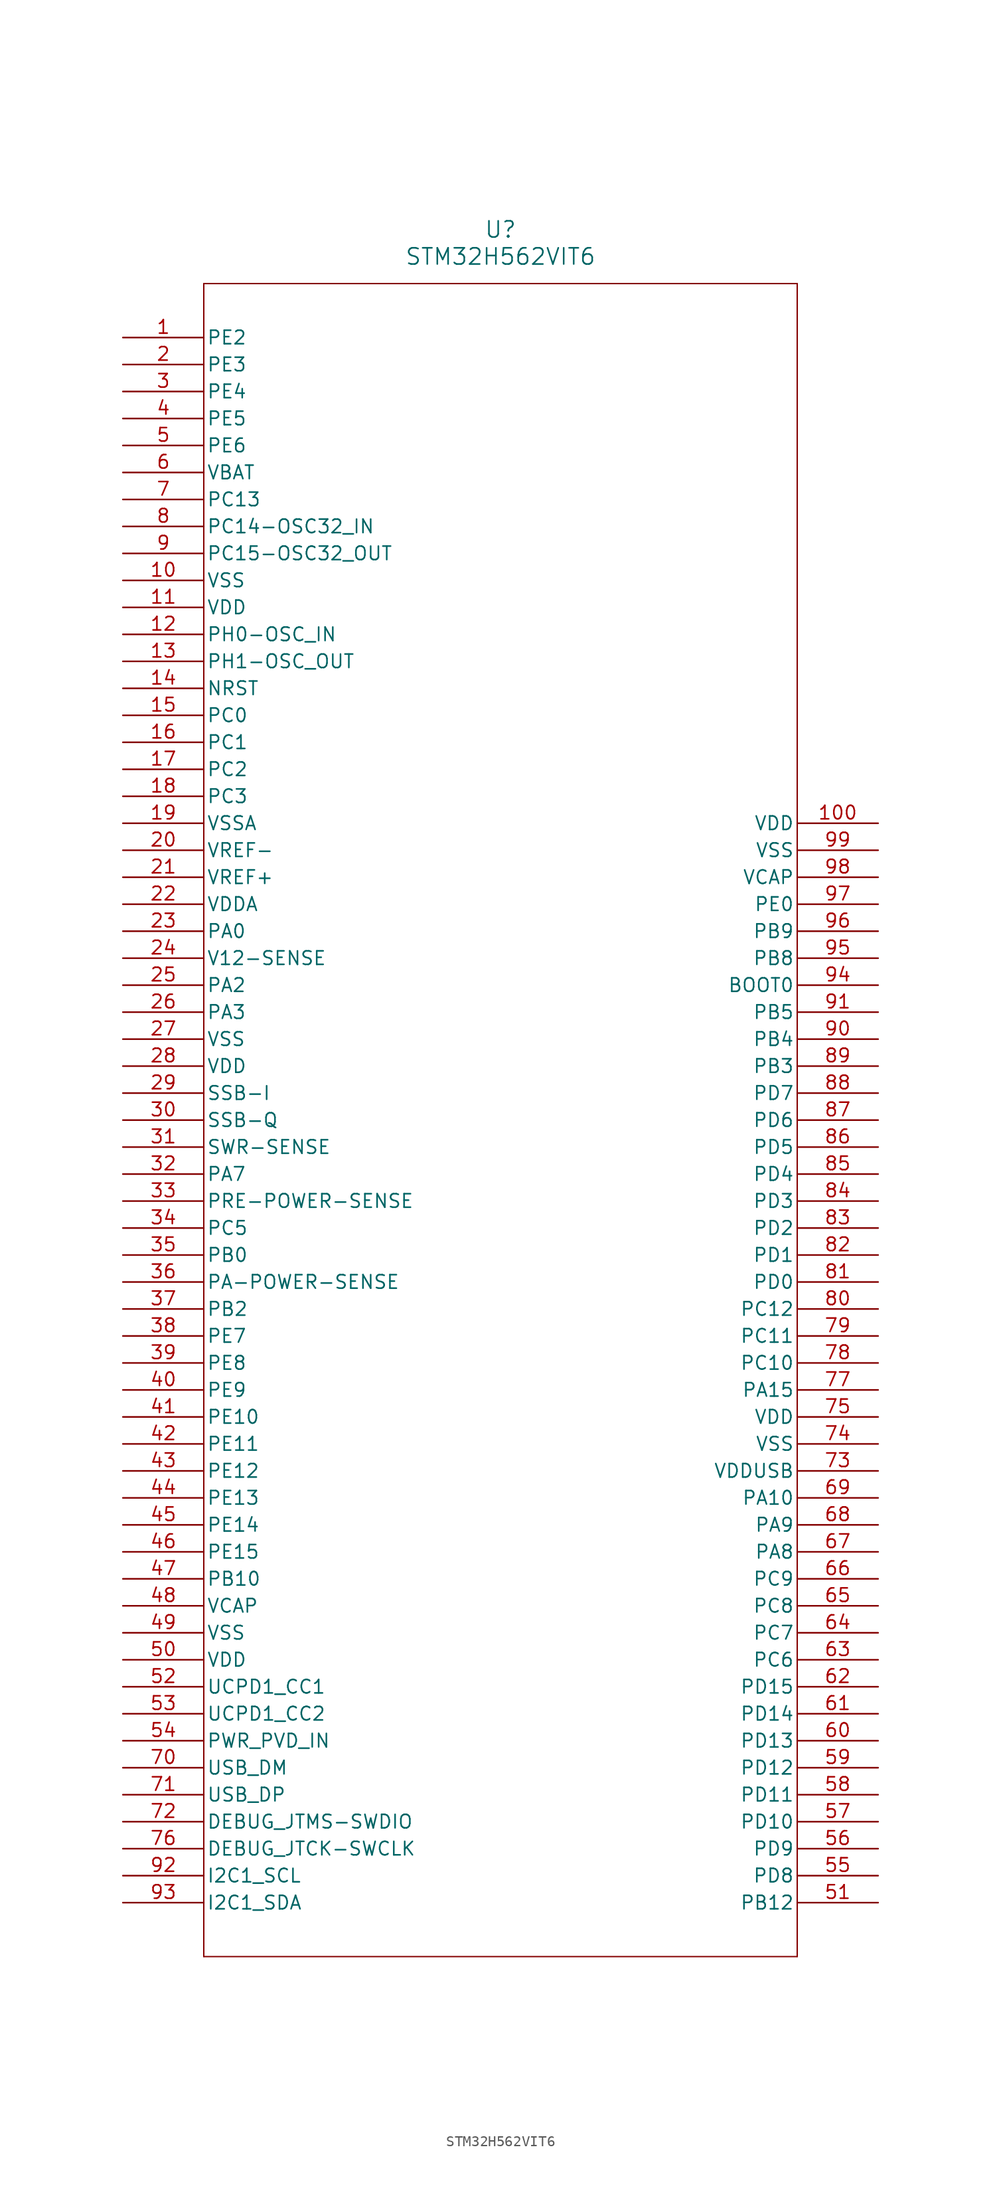
<source format=kicad_sym>
(kicad_symbol_lib
  (version 20211014)
  (generator kicad_symbol_editor)
  (symbol "STM32H562VIT6"
    (pin_names
      (offset 0.254))
    (property "Reference" "U"
      (at 35.56 10.16 0)
      (effects (font (size 1.524 1.524))))
    (property "Value" "STM32H562VIT6"
      (at 35.56 7.62 0)
      (effects (font (size 1.524 1.524))))
    (symbol "STM32H562VIT6_0_1"
      (polyline (pts (xy 7.62 5.08) (xy 7.62 -152.4)) (stroke (width 0.127) (type default) (color 0 0 0 0)) (fill (type none)))
      (polyline (pts (xy 7.62 -152.4) (xy 63.5 -152.4)) (stroke (width 0.127) (type default) (color 0 0 0 0)) (fill (type none)))
      (polyline (pts (xy 63.5 -152.4) (xy 63.5 5.08)) (stroke (width 0.127) (type default) (color 0 0 0 0)) (fill (type none)))
      (polyline (pts (xy 63.5 5.08) (xy 7.62 5.08)) (stroke (width 0.127) (type default) (color 0 0 0 0)) (fill (type none)))
      (pin bidirectional line (at 0 0 0) (length 7.62) (name "PE2" (effects (font (size 1.27 1.27)))) (number "1" (effects (font (size 1.27 1.27)))))
      (pin bidirectional line (at 0 -2.54 0) (length 7.62) (name "PE3" (effects (font (size 1.27 1.27)))) (number "2" (effects (font (size 1.27 1.27)))))
      (pin bidirectional line (at 0 -5.08 0) (length 7.62) (name "PE4" (effects (font (size 1.27 1.27)))) (number "3" (effects (font (size 1.27 1.27)))))
      (pin bidirectional line (at 0 -7.62 0) (length 7.62) (name "PE5" (effects (font (size 1.27 1.27)))) (number "4" (effects (font (size 1.27 1.27)))))
      (pin bidirectional line (at 0 -10.16 0) (length 7.62) (name "PE6" (effects (font (size 1.27 1.27)))) (number "5" (effects (font (size 1.27 1.27)))))
      (pin power_in line (at 0 -12.7 0) (length 7.62) (name "VBAT" (effects (font (size 1.27 1.27)))) (number "6" (effects (font (size 1.27 1.27)))))
      (pin bidirectional line (at 0 -15.24 0) (length 7.62) (name "PC13" (effects (font (size 1.27 1.27)))) (number "7" (effects (font (size 1.27 1.27)))))
      (pin bidirectional line (at 0 -17.78 0) (length 7.62) (name "PC14-OSC32_IN" (effects (font (size 1.27 1.27)))) (number "8" (effects (font (size 1.27 1.27)))))
      (pin bidirectional line (at 0 -20.32 0) (length 7.62) (name "PC15-OSC32_OUT" (effects (font (size 1.27 1.27)))) (number "9" (effects (font (size 1.27 1.27)))))
      (pin power_out line (at 0 -22.86 0) (length 7.62) (name "VSS" (effects (font (size 1.27 1.27)))) (number "10" (effects (font (size 1.27 1.27)))))
      (pin power_in line (at 0 -25.4 0) (length 7.62) (name "VDD" (effects (font (size 1.27 1.27)))) (number "11" (effects (font (size 1.27 1.27)))))
      (pin bidirectional line (at 0 -27.94 0) (length 7.62) (name "PH0-OSC_IN" (effects (font (size 1.27 1.27)))) (number "12" (effects (font (size 1.27 1.27)))))
      (pin bidirectional line (at 0 -30.48 0) (length 7.62) (name "PH1-OSC_OUT" (effects (font (size 1.27 1.27)))) (number "13" (effects (font (size 1.27 1.27)))))
      (pin bidirectional line (at 0 -33.02 0) (length 7.62) (name "NRST" (effects (font (size 1.27 1.27)))) (number "14" (effects (font (size 1.27 1.27)))))
      (pin bidirectional line (at 0 -35.56 0) (length 7.62) (name "PC0" (effects (font (size 1.27 1.27)))) (number "15" (effects (font (size 1.27 1.27)))))
      (pin bidirectional line (at 0 -38.1 0) (length 7.62) (name "PC1" (effects (font (size 1.27 1.27)))) (number "16" (effects (font (size 1.27 1.27)))))
      (pin bidirectional line (at 0 -40.64 0) (length 7.62) (name "PC2" (effects (font (size 1.27 1.27)))) (number "17" (effects (font (size 1.27 1.27)))))
      (pin bidirectional line (at 0 -43.18 0) (length 7.62) (name "PC3" (effects (font (size 1.27 1.27)))) (number "18" (effects (font (size 1.27 1.27)))))
      (pin power_out line (at 0 -45.72 0) (length 7.62) (name "VSSA" (effects (font (size 1.27 1.27)))) (number "19" (effects (font (size 1.27 1.27)))))
      (pin power_in line (at 0 -48.26 0) (length 7.62) (name "VREF-" (effects (font (size 1.27 1.27)))) (number "20" (effects (font (size 1.27 1.27)))))
      (pin power_in line (at 0 -50.8 0) (length 7.62) (name "VREF+" (effects (font (size 1.27 1.27)))) (number "21" (effects (font (size 1.27 1.27)))))
      (pin power_in line (at 0 -53.34 0) (length 7.62) (name "VDDA" (effects (font (size 1.27 1.27)))) (number "22" (effects (font (size 1.27 1.27)))))
      (pin bidirectional line (at 0 -55.88 0) (length 7.62) (name "PA0" (effects (font (size 1.27 1.27)))) (number "23" (effects (font (size 1.27 1.27)))))
      (pin unspecified line (at 0 -58.42 0) (length 7.62) (name "V12-SENSE" (effects (font (size 1.27 1.27)))) (number "24" (effects (font (size 1.27 1.27)))))
      (pin bidirectional line (at 0 -60.96 0) (length 7.62) (name "PA2" (effects (font (size 1.27 1.27)))) (number "25" (effects (font (size 1.27 1.27)))))
      (pin bidirectional line (at 0 -63.5 0) (length 7.62) (name "PA3" (effects (font (size 1.27 1.27)))) (number "26" (effects (font (size 1.27 1.27)))))
      (pin power_out line (at 0 -66.04 0) (length 7.62) (name "VSS" (effects (font (size 1.27 1.27)))) (number "27" (effects (font (size 1.27 1.27)))))
      (pin power_in line (at 0 -68.58 0) (length 7.62) (name "VDD" (effects (font (size 1.27 1.27)))) (number "28" (effects (font (size 1.27 1.27)))))
      (pin unspecified line (at 0 -71.12 0) (length 7.62) (name "SSB-I" (effects (font (size 1.27 1.27)))) (number "29" (effects (font (size 1.27 1.27)))))
      (pin unspecified line (at 0 -73.66 0) (length 7.62) (name "SSB-Q" (effects (font (size 1.27 1.27)))) (number "30" (effects (font (size 1.27 1.27)))))
      (pin unspecified line (at 0 -76.2 0) (length 7.62) (name "SWR-SENSE" (effects (font (size 1.27 1.27)))) (number "31" (effects (font (size 1.27 1.27)))))
      (pin bidirectional line (at 0 -78.74 0) (length 7.62) (name "PA7" (effects (font (size 1.27 1.27)))) (number "32" (effects (font (size 1.27 1.27)))))
      (pin unspecified line (at 0 -81.28 0) (length 7.62) (name "PRE-POWER-SENSE" (effects (font (size 1.27 1.27)))) (number "33" (effects (font (size 1.27 1.27)))))
      (pin bidirectional line (at 0 -83.82 0) (length 7.62) (name "PC5" (effects (font (size 1.27 1.27)))) (number "34" (effects (font (size 1.27 1.27)))))
      (pin bidirectional line (at 0 -86.36 0) (length 7.62) (name "PB0" (effects (font (size 1.27 1.27)))) (number "35" (effects (font (size 1.27 1.27)))))
      (pin unspecified line (at 0 -88.9 0) (length 7.62) (name "PA-POWER-SENSE" (effects (font (size 1.27 1.27)))) (number "36" (effects (font (size 1.27 1.27)))))
      (pin bidirectional line (at 0 -91.44 0) (length 7.62) (name "PB2" (effects (font (size 1.27 1.27)))) (number "37" (effects (font (size 1.27 1.27)))))
      (pin bidirectional line (at 0 -93.98 0) (length 7.62) (name "PE7" (effects (font (size 1.27 1.27)))) (number "38" (effects (font (size 1.27 1.27)))))
      (pin bidirectional line (at 0 -96.52 0) (length 7.62) (name "PE8" (effects (font (size 1.27 1.27)))) (number "39" (effects (font (size 1.27 1.27)))))
      (pin bidirectional line (at 0 -99.06 0) (length 7.62) (name "PE9" (effects (font (size 1.27 1.27)))) (number "40" (effects (font (size 1.27 1.27)))))
      (pin bidirectional line (at 0 -101.6 0) (length 7.62) (name "PE10" (effects (font (size 1.27 1.27)))) (number "41" (effects (font (size 1.27 1.27)))))
      (pin bidirectional line (at 0 -104.14 0) (length 7.62) (name "PE11" (effects (font (size 1.27 1.27)))) (number "42" (effects (font (size 1.27 1.27)))))
      (pin bidirectional line (at 0 -106.68 0) (length 7.62) (name "PE12" (effects (font (size 1.27 1.27)))) (number "43" (effects (font (size 1.27 1.27)))))
      (pin bidirectional line (at 0 -109.22 0) (length 7.62) (name "PE13" (effects (font (size 1.27 1.27)))) (number "44" (effects (font (size 1.27 1.27)))))
      (pin bidirectional line (at 0 -111.76 0) (length 7.62) (name "PE14" (effects (font (size 1.27 1.27)))) (number "45" (effects (font (size 1.27 1.27)))))
      (pin bidirectional line (at 0 -114.3 0) (length 7.62) (name "PE15" (effects (font (size 1.27 1.27)))) (number "46" (effects (font (size 1.27 1.27)))))
      (pin bidirectional line (at 0 -116.84 0) (length 7.62) (name "PB10" (effects (font (size 1.27 1.27)))) (number "47" (effects (font (size 1.27 1.27)))))
      (pin power_in line (at 0 -119.38 0) (length 7.62) (name "VCAP" (effects (font (size 1.27 1.27)))) (number "48" (effects (font (size 1.27 1.27)))))
      (pin power_out line (at 0 -121.92 0) (length 7.62) (name "VSS" (effects (font (size 1.27 1.27)))) (number "49" (effects (font (size 1.27 1.27)))))
      (pin power_in line (at 0 -124.46 0) (length 7.62) (name "VDD" (effects (font (size 1.27 1.27)))) (number "50" (effects (font (size 1.27 1.27)))))
      (pin bidirectional line (at 71.12 -147.32 180) (length 7.62) (name "PB12" (effects (font (size 1.27 1.27)))) (number "51" (effects (font (size 1.27 1.27)))))
      (pin unspecified line (at 0 -127 0) (length 7.62) (name "UCPD1_CC1" (effects (font (size 1.27 1.27)))) (number "52" (effects (font (size 1.27 1.27)))))
      (pin unspecified line (at 0 -129.54 0) (length 7.62) (name "UCPD1_CC2" (effects (font (size 1.27 1.27)))) (number "53" (effects (font (size 1.27 1.27)))))
      (pin unspecified line (at 0 -132.08 0) (length 7.62) (name "PWR_PVD_IN" (effects (font (size 1.27 1.27)))) (number "54" (effects (font (size 1.27 1.27)))))
      (pin bidirectional line (at 71.12 -144.78 180) (length 7.62) (name "PD8" (effects (font (size 1.27 1.27)))) (number "55" (effects (font (size 1.27 1.27)))))
      (pin bidirectional line (at 71.12 -142.24 180) (length 7.62) (name "PD9" (effects (font (size 1.27 1.27)))) (number "56" (effects (font (size 1.27 1.27)))))
      (pin bidirectional line (at 71.12 -139.7 180) (length 7.62) (name "PD10" (effects (font (size 1.27 1.27)))) (number "57" (effects (font (size 1.27 1.27)))))
      (pin bidirectional line (at 71.12 -137.16 180) (length 7.62) (name "PD11" (effects (font (size 1.27 1.27)))) (number "58" (effects (font (size 1.27 1.27)))))
      (pin bidirectional line (at 71.12 -134.62 180) (length 7.62) (name "PD12" (effects (font (size 1.27 1.27)))) (number "59" (effects (font (size 1.27 1.27)))))
      (pin bidirectional line (at 71.12 -132.08 180) (length 7.62) (name "PD13" (effects (font (size 1.27 1.27)))) (number "60" (effects (font (size 1.27 1.27)))))
      (pin bidirectional line (at 71.12 -129.54 180) (length 7.62) (name "PD14" (effects (font (size 1.27 1.27)))) (number "61" (effects (font (size 1.27 1.27)))))
      (pin bidirectional line (at 71.12 -127 180) (length 7.62) (name "PD15" (effects (font (size 1.27 1.27)))) (number "62" (effects (font (size 1.27 1.27)))))
      (pin bidirectional line (at 71.12 -124.46 180) (length 7.62) (name "PC6" (effects (font (size 1.27 1.27)))) (number "63" (effects (font (size 1.27 1.27)))))
      (pin bidirectional line (at 71.12 -121.92 180) (length 7.62) (name "PC7" (effects (font (size 1.27 1.27)))) (number "64" (effects (font (size 1.27 1.27)))))
      (pin bidirectional line (at 71.12 -119.38 180) (length 7.62) (name "PC8" (effects (font (size 1.27 1.27)))) (number "65" (effects (font (size 1.27 1.27)))))
      (pin bidirectional line (at 71.12 -116.84 180) (length 7.62) (name "PC9" (effects (font (size 1.27 1.27)))) (number "66" (effects (font (size 1.27 1.27)))))
      (pin bidirectional line (at 71.12 -114.3 180) (length 7.62) (name "PA8" (effects (font (size 1.27 1.27)))) (number "67" (effects (font (size 1.27 1.27)))))
      (pin bidirectional line (at 71.12 -111.76 180) (length 7.62) (name "PA9" (effects (font (size 1.27 1.27)))) (number "68" (effects (font (size 1.27 1.27)))))
      (pin bidirectional line (at 71.12 -109.22 180) (length 7.62) (name "PA10" (effects (font (size 1.27 1.27)))) (number "69" (effects (font (size 1.27 1.27)))))
      (pin unspecified line (at 0 -134.62 0) (length 7.62) (name "USB_DM" (effects (font (size 1.27 1.27)))) (number "70" (effects (font (size 1.27 1.27)))))
      (pin unspecified line (at 0 -137.16 0) (length 7.62) (name "USB_DP" (effects (font (size 1.27 1.27)))) (number "71" (effects (font (size 1.27 1.27)))))
      (pin unspecified line (at 0 -139.7 0) (length 7.62) (name "DEBUG_JTMS-SWDIO" (effects (font (size 1.27 1.27)))) (number "72" (effects (font (size 1.27 1.27)))))
      (pin power_in line (at 71.12 -106.68 180) (length 7.62) (name "VDDUSB" (effects (font (size 1.27 1.27)))) (number "73" (effects (font (size 1.27 1.27)))))
      (pin power_out line (at 71.12 -104.14 180) (length 7.62) (name "VSS" (effects (font (size 1.27 1.27)))) (number "74" (effects (font (size 1.27 1.27)))))
      (pin power_in line (at 71.12 -101.6 180) (length 7.62) (name "VDD" (effects (font (size 1.27 1.27)))) (number "75" (effects (font (size 1.27 1.27)))))
      (pin unspecified line (at 0 -142.24 0) (length 7.62) (name "DEBUG_JTCK-SWCLK" (effects (font (size 1.27 1.27)))) (number "76" (effects (font (size 1.27 1.27)))))
      (pin bidirectional line (at 71.12 -99.06 180) (length 7.62) (name "PA15" (effects (font (size 1.27 1.27)))) (number "77" (effects (font (size 1.27 1.27)))))
      (pin bidirectional line (at 71.12 -96.52 180) (length 7.62) (name "PC10" (effects (font (size 1.27 1.27)))) (number "78" (effects (font (size 1.27 1.27)))))
      (pin bidirectional line (at 71.12 -93.98 180) (length 7.62) (name "PC11" (effects (font (size 1.27 1.27)))) (number "79" (effects (font (size 1.27 1.27)))))
      (pin bidirectional line (at 71.12 -91.44 180) (length 7.62) (name "PC12" (effects (font (size 1.27 1.27)))) (number "80" (effects (font (size 1.27 1.27)))))
      (pin bidirectional line (at 71.12 -88.9 180) (length 7.62) (name "PD0" (effects (font (size 1.27 1.27)))) (number "81" (effects (font (size 1.27 1.27)))))
      (pin bidirectional line (at 71.12 -86.36 180) (length 7.62) (name "PD1" (effects (font (size 1.27 1.27)))) (number "82" (effects (font (size 1.27 1.27)))))
      (pin bidirectional line (at 71.12 -83.82 180) (length 7.62) (name "PD2" (effects (font (size 1.27 1.27)))) (number "83" (effects (font (size 1.27 1.27)))))
      (pin bidirectional line (at 71.12 -81.28 180) (length 7.62) (name "PD3" (effects (font (size 1.27 1.27)))) (number "84" (effects (font (size 1.27 1.27)))))
      (pin bidirectional line (at 71.12 -78.74 180) (length 7.62) (name "PD4" (effects (font (size 1.27 1.27)))) (number "85" (effects (font (size 1.27 1.27)))))
      (pin bidirectional line (at 71.12 -76.2 180) (length 7.62) (name "PD5" (effects (font (size 1.27 1.27)))) (number "86" (effects (font (size 1.27 1.27)))))
      (pin bidirectional line (at 71.12 -73.66 180) (length 7.62) (name "PD6" (effects (font (size 1.27 1.27)))) (number "87" (effects (font (size 1.27 1.27)))))
      (pin bidirectional line (at 71.12 -71.12 180) (length 7.62) (name "PD7" (effects (font (size 1.27 1.27)))) (number "88" (effects (font (size 1.27 1.27)))))
      (pin bidirectional line (at 71.12 -68.58 180) (length 7.62) (name "PB3" (effects (font (size 1.27 1.27)))) (number "89" (effects (font (size 1.27 1.27)))))
      (pin bidirectional line (at 71.12 -66.04 180) (length 7.62) (name "PB4" (effects (font (size 1.27 1.27)))) (number "90" (effects (font (size 1.27 1.27)))))
      (pin bidirectional line (at 71.12 -63.5 180) (length 7.62) (name "PB5" (effects (font (size 1.27 1.27)))) (number "91" (effects (font (size 1.27 1.27)))))
      (pin unspecified line (at 0 -144.78 0) (length 7.62) (name "I2C1_SCL" (effects (font (size 1.27 1.27)))) (number "92" (effects (font (size 1.27 1.27)))))
      (pin unspecified line (at 0 -147.32 0) (length 7.62) (name "I2C1_SDA" (effects (font (size 1.27 1.27)))) (number "93" (effects (font (size 1.27 1.27)))))
      (pin input line (at 71.12 -60.96 180) (length 7.62) (name "BOOT0" (effects (font (size 1.27 1.27)))) (number "94" (effects (font (size 1.27 1.27)))))
      (pin bidirectional line (at 71.12 -58.42 180) (length 7.62) (name "PB8" (effects (font (size 1.27 1.27)))) (number "95" (effects (font (size 1.27 1.27)))))
      (pin bidirectional line (at 71.12 -55.88 180) (length 7.62) (name "PB9" (effects (font (size 1.27 1.27)))) (number "96" (effects (font (size 1.27 1.27)))))
      (pin bidirectional line (at 71.12 -53.34 180) (length 7.62) (name "PE0" (effects (font (size 1.27 1.27)))) (number "97" (effects (font (size 1.27 1.27)))))
      (pin power_in line (at 71.12 -50.8 180) (length 7.62) (name "VCAP" (effects (font (size 1.27 1.27)))) (number "98" (effects (font (size 1.27 1.27)))))
      (pin power_out line (at 71.12 -48.26 180) (length 7.62) (name "VSS" (effects (font (size 1.27 1.27)))) (number "99" (effects (font (size 1.27 1.27)))))
      (pin power_in line (at 71.12 -45.72 180) (length 7.62) (name "VDD" (effects (font (size 1.27 1.27)))) (number "100" (effects (font (size 1.27 1.27))))))))
</source>
